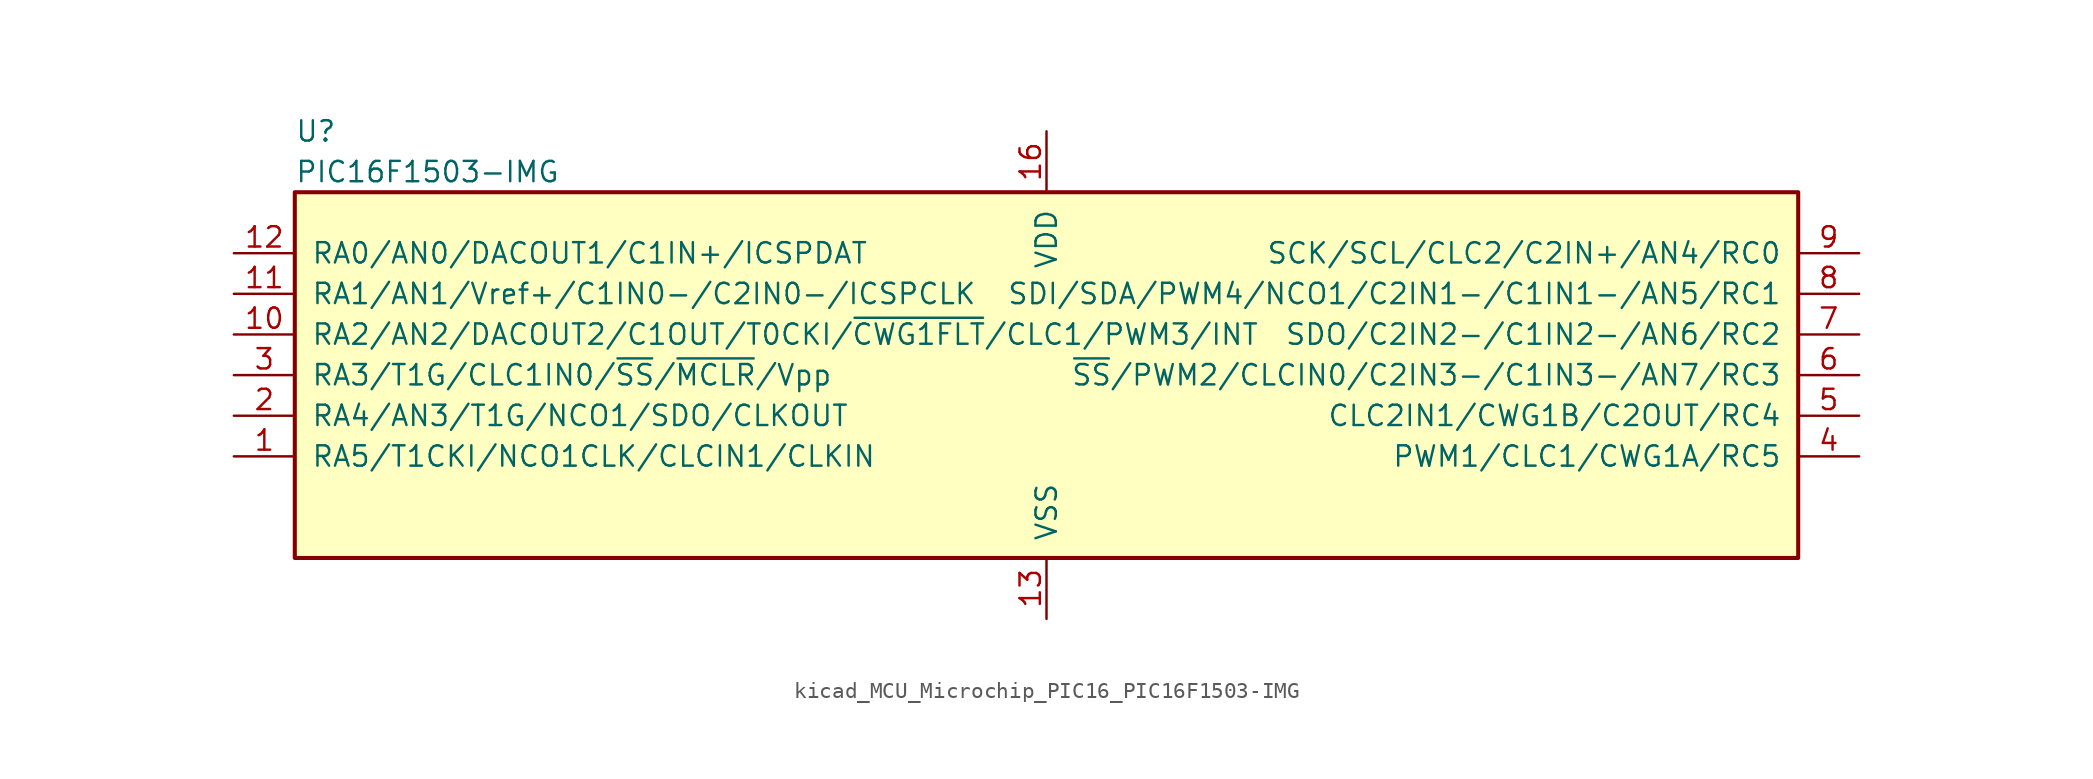
<source format=kicad_sym>
(kicad_symbol_lib
  (version 20220914)
  (generator kicad_symbol_editor)
  (symbol "kicad_MCU_Microchip_PIC16_PIC16F1503-IMG"
    (pin_names
      (offset 1.016))
    (property "Reference" "U"
      (at -46.99 15.24 0)
      (effects (font (size 1.27 1.27)) (justify left)))
    (property "Value" "PIC16F1503-IMG"
      (at -46.99 12.7 0)
      (effects (font (size 1.27 1.27)) (justify left)))
    (symbol "kicad_MCU_Microchip_PIC16_PIC16F1503-IMG_0_1"
      (rectangle (start -46.99 11.43) (end 46.99 -11.43) (stroke (width 0.254) (type default)) (fill (type background))))
    (symbol "kicad_MCU_Microchip_PIC16_PIC16F1503-IMG_1_1"
      (pin bidirectional line (at -50.8 -5.08 0) (length 3.81) (name "RA5/T1CKI/NCO1CLK/CLCIN1/CLKIN" (effects (font (size 1.27 1.27)))) (number "1" (effects (font (size 1.27 1.27)))))
      (pin bidirectional line (at -50.8 2.54 0) (length 3.81) (name "RA2/AN2/DACOUT2/C1OUT/T0CKI/~{CWG1FLT}/CLC1/PWM3/INT" (effects (font (size 1.27 1.27)))) (number "10" (effects (font (size 1.27 1.27)))))
      (pin bidirectional line (at -50.8 5.08 0) (length 3.81) (name "RA1/AN1/Vref+/C1IN0-/C2IN0-/ICSPCLK" (effects (font (size 1.27 1.27)))) (number "11" (effects (font (size 1.27 1.27)))))
      (pin bidirectional line (at -50.8 7.62 0) (length 3.81) (name "RA0/AN0/DACOUT1/C1IN+/ICSPDAT" (effects (font (size 1.27 1.27)))) (number "12" (effects (font (size 1.27 1.27)))))
      (pin power_in line (at 0 -15.24 90) (length 3.81) (name "VSS" (effects (font (size 1.27 1.27)))) (number "13" (effects (font (size 1.27 1.27)))))
      (pin power_in line (at 0 15.24 270) (length 3.81) (name "VDD" (effects (font (size 1.27 1.27)))) (number "16" (effects (font (size 1.27 1.27)))))
      (pin bidirectional line (at -50.8 -2.54 0) (length 3.81) (name "RA4/AN3/T1G/NCO1/SDO/CLKOUT" (effects (font (size 1.27 1.27)))) (number "2" (effects (font (size 1.27 1.27)))))
      (pin input line (at -50.8 0 0) (length 3.81) (name "RA3/T1G/CLC1IN0/~{SS}/~{MCLR}/Vpp" (effects (font (size 1.27 1.27)))) (number "3" (effects (font (size 1.27 1.27)))))
      (pin bidirectional line (at 50.8 -5.08 180) (length 3.81) (name "PWM1/CLC1/CWG1A/RC5" (effects (font (size 1.27 1.27)))) (number "4" (effects (font (size 1.27 1.27)))))
      (pin bidirectional line (at 50.8 -2.54 180) (length 3.81) (name "CLC2IN1/CWG1B/C2OUT/RC4" (effects (font (size 1.27 1.27)))) (number "5" (effects (font (size 1.27 1.27)))))
      (pin bidirectional line (at 50.8 0 180) (length 3.81) (name "~{SS}/PWM2/CLCIN0/C2IN3-/C1IN3-/AN7/RC3" (effects (font (size 1.27 1.27)))) (number "6" (effects (font (size 1.27 1.27)))))
      (pin bidirectional line (at 50.8 2.54 180) (length 3.81) (name "SDO/C2IN2-/C1IN2-/AN6/RC2" (effects (font (size 1.27 1.27)))) (number "7" (effects (font (size 1.27 1.27)))))
      (pin bidirectional line (at 50.8 5.08 180) (length 3.81) (name "SDI/SDA/PWM4/NCO1/C2IN1-/C1IN1-/AN5/RC1" (effects (font (size 1.27 1.27)))) (number "8" (effects (font (size 1.27 1.27)))))
      (pin bidirectional line (at 50.8 7.62 180) (length 3.81) (name "SCK/SCL/CLC2/C2IN+/AN4/RC0" (effects (font (size 1.27 1.27)))) (number "9" (effects (font (size 1.27 1.27))))))))
</source>
